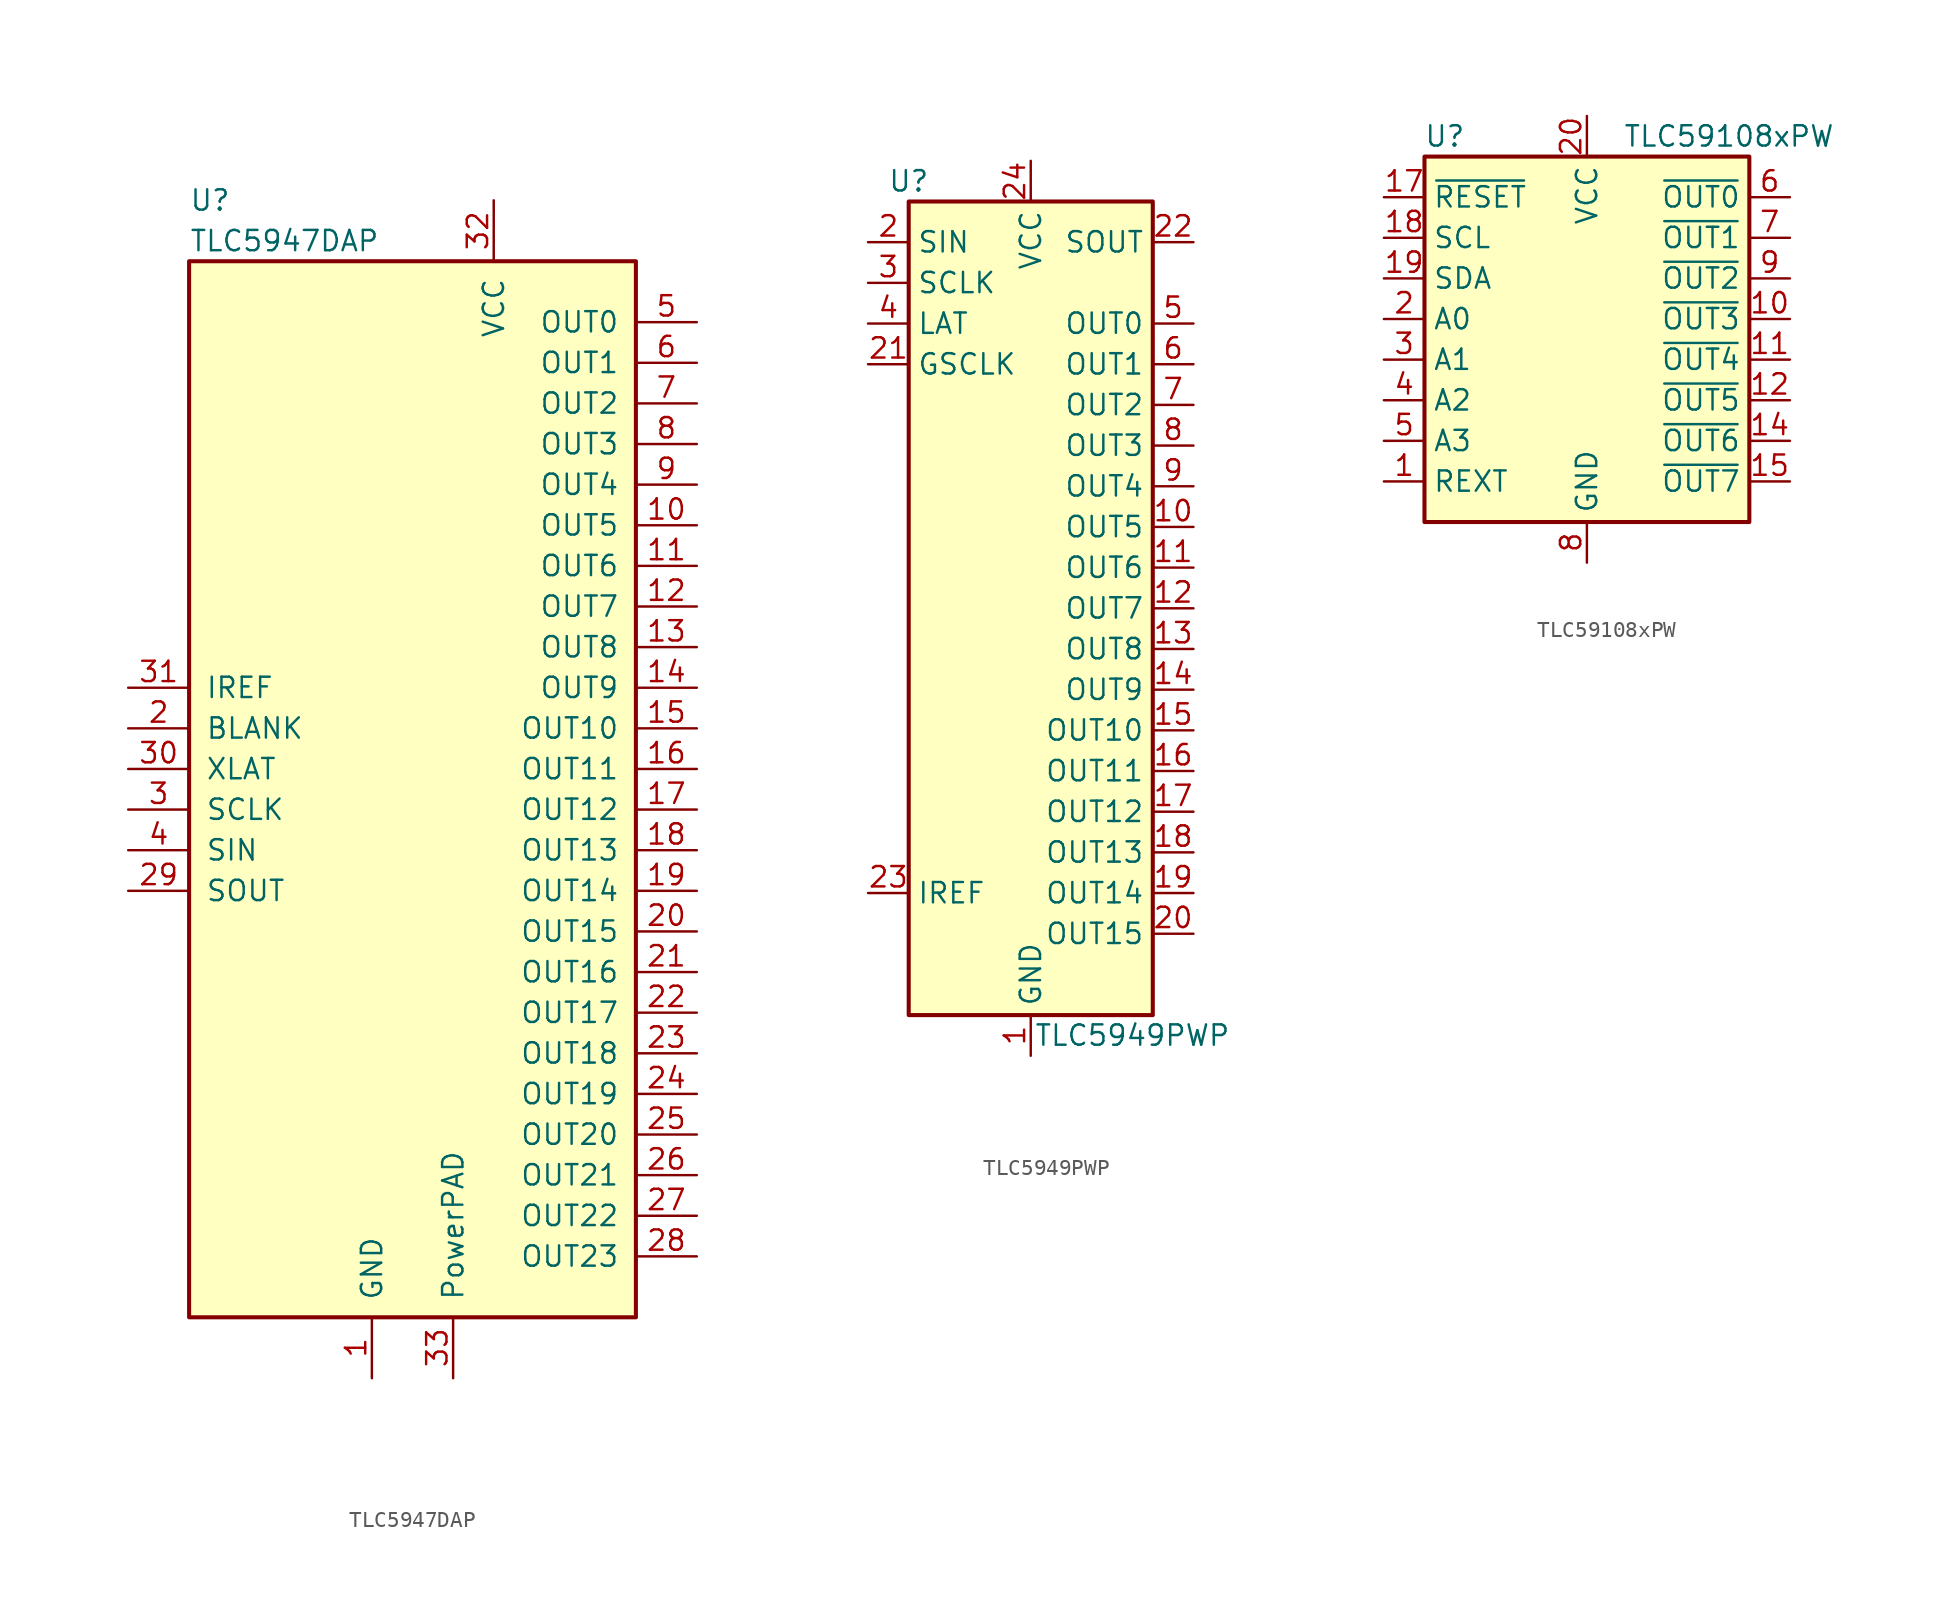
<source format=kicad_sym>
(kicad_symbol_lib
  (version 20211014)
  (generator kicad_symbol_editor)
  (symbol "TLC5947DAP"
    (pin_names
      (offset 1.016))
    (property "Reference" "U"
      (at -13.97 38.1 0)
      (effects (font (size 1.27 1.27)) (justify left)))
    (property "Value" "TLC5947DAP"
      (at -13.97 35.56 0)
      (effects (font (size 1.27 1.27)) (justify left)))
    (symbol "TLC5947DAP_0_1"
      (rectangle (start -13.97 34.29) (end 13.97 -31.75) (stroke (width 0.254) (type default) (color 0 0 0 0)) (fill (type background)))
      (pin power_in line (at -2.54 -35.56 90) (length 3.81) (name "GND" (effects (font (size 1.27 1.27)))) (number "1" (effects (font (size 1.27 1.27)))))
      (pin output line (at 17.78 17.78 180) (length 3.81) (name "OUT5" (effects (font (size 1.27 1.27)))) (number "10" (effects (font (size 1.27 1.27)))))
      (pin output line (at 17.78 15.24 180) (length 3.81) (name "OUT6" (effects (font (size 1.27 1.27)))) (number "11" (effects (font (size 1.27 1.27)))))
      (pin output line (at 17.78 12.7 180) (length 3.81) (name "OUT7" (effects (font (size 1.27 1.27)))) (number "12" (effects (font (size 1.27 1.27)))))
      (pin output line (at 17.78 10.16 180) (length 3.81) (name "OUT8" (effects (font (size 1.27 1.27)))) (number "13" (effects (font (size 1.27 1.27)))))
      (pin output line (at 17.78 7.62 180) (length 3.81) (name "OUT9" (effects (font (size 1.27 1.27)))) (number "14" (effects (font (size 1.27 1.27)))))
      (pin output line (at 17.78 5.08 180) (length 3.81) (name "OUT10" (effects (font (size 1.27 1.27)))) (number "15" (effects (font (size 1.27 1.27)))))
      (pin output line (at 17.78 2.54 180) (length 3.81) (name "OUT11" (effects (font (size 1.27 1.27)))) (number "16" (effects (font (size 1.27 1.27)))))
      (pin output line (at 17.78 0 180) (length 3.81) (name "OUT12" (effects (font (size 1.27 1.27)))) (number "17" (effects (font (size 1.27 1.27)))))
      (pin output line (at 17.78 -2.54 180) (length 3.81) (name "OUT13" (effects (font (size 1.27 1.27)))) (number "18" (effects (font (size 1.27 1.27)))))
      (pin output line (at 17.78 -5.08 180) (length 3.81) (name "OUT14" (effects (font (size 1.27 1.27)))) (number "19" (effects (font (size 1.27 1.27)))))
      (pin input line (at -17.78 5.08 0) (length 3.81) (name "BLANK" (effects (font (size 1.27 1.27)))) (number "2" (effects (font (size 1.27 1.27)))))
      (pin output line (at 17.78 -7.62 180) (length 3.81) (name "OUT15" (effects (font (size 1.27 1.27)))) (number "20" (effects (font (size 1.27 1.27)))))
      (pin output line (at 17.78 -10.16 180) (length 3.81) (name "OUT16" (effects (font (size 1.27 1.27)))) (number "21" (effects (font (size 1.27 1.27)))))
      (pin output line (at 17.78 -12.7 180) (length 3.81) (name "OUT17" (effects (font (size 1.27 1.27)))) (number "22" (effects (font (size 1.27 1.27)))))
      (pin output line (at 17.78 -15.24 180) (length 3.81) (name "OUT18" (effects (font (size 1.27 1.27)))) (number "23" (effects (font (size 1.27 1.27)))))
      (pin output line (at 17.78 -17.78 180) (length 3.81) (name "OUT19" (effects (font (size 1.27 1.27)))) (number "24" (effects (font (size 1.27 1.27)))))
      (pin output line (at 17.78 -20.32 180) (length 3.81) (name "OUT20" (effects (font (size 1.27 1.27)))) (number "25" (effects (font (size 1.27 1.27)))))
      (pin output line (at 17.78 -22.86 180) (length 3.81) (name "OUT21" (effects (font (size 1.27 1.27)))) (number "26" (effects (font (size 1.27 1.27)))))
      (pin output line (at 17.78 -25.4 180) (length 3.81) (name "OUT22" (effects (font (size 1.27 1.27)))) (number "27" (effects (font (size 1.27 1.27)))))
      (pin output line (at 17.78 -27.94 180) (length 3.81) (name "OUT23" (effects (font (size 1.27 1.27)))) (number "28" (effects (font (size 1.27 1.27)))))
      (pin output line (at -17.78 -5.08 0) (length 3.81) (name "SOUT" (effects (font (size 1.27 1.27)))) (number "29" (effects (font (size 1.27 1.27)))))
      (pin input line (at -17.78 0 0) (length 3.81) (name "SCLK" (effects (font (size 1.27 1.27)))) (number "3" (effects (font (size 1.27 1.27)))))
      (pin input line (at -17.78 2.54 0) (length 3.81) (name "XLAT" (effects (font (size 1.27 1.27)))) (number "30" (effects (font (size 1.27 1.27)))))
      (pin input line (at -17.78 7.62 0) (length 3.81) (name "IREF" (effects (font (size 1.27 1.27)))) (number "31" (effects (font (size 1.27 1.27)))))
      (pin power_in line (at 5.08 38.1 270) (length 3.81) (name "VCC" (effects (font (size 1.27 1.27)))) (number "32" (effects (font (size 1.27 1.27)))))
      (pin power_in line (at 2.54 -35.56 90) (length 3.81) (name "PowerPAD" (effects (font (size 1.27 1.27)))) (number "33" (effects (font (size 1.27 1.27)))))
      (pin input line (at -17.78 -2.54 0) (length 3.81) (name "SIN" (effects (font (size 1.27 1.27)))) (number "4" (effects (font (size 1.27 1.27)))))
      (pin output line (at 17.78 30.48 180) (length 3.81) (name "OUT0" (effects (font (size 1.27 1.27)))) (number "5" (effects (font (size 1.27 1.27)))))
      (pin output line (at 17.78 27.94 180) (length 3.81) (name "OUT1" (effects (font (size 1.27 1.27)))) (number "6" (effects (font (size 1.27 1.27)))))
      (pin output line (at 17.78 25.4 180) (length 3.81) (name "OUT2" (effects (font (size 1.27 1.27)))) (number "7" (effects (font (size 1.27 1.27)))))
      (pin output line (at 17.78 22.86 180) (length 3.81) (name "OUT3" (effects (font (size 1.27 1.27)))) (number "8" (effects (font (size 1.27 1.27)))))
      (pin output line (at 17.78 20.32 180) (length 3.81) (name "OUT4" (effects (font (size 1.27 1.27)))) (number "9" (effects (font (size 1.27 1.27)))))))
  (symbol "TLC5949PWP"
    (property "Reference" "U"
      (at -7.62 26.67 0)
      (effects (font (size 1.27 1.27))))
    (property "Value" "TLC5949PWP"
      (at 6.35 -26.67 0)
      (effects (font (size 1.27 1.27))))
    (symbol "TLC5949PWP_0_1"
      (rectangle (start -7.62 25.4) (end 7.62 -25.4) (stroke (width 0.254) (type default) (color 0 0 0 0)) (fill (type background))))
    (symbol "TLC5949PWP_1_1"
      (pin power_in line (at 0 -27.94 90) (length 2.54) (name "GND" (effects (font (size 1.27 1.27)))) (number "1" (effects (font (size 1.27 1.27)))))
      (pin open_collector line (at 10.16 5.08 180) (length 2.54) (name "OUT5" (effects (font (size 1.27 1.27)))) (number "10" (effects (font (size 1.27 1.27)))))
      (pin open_collector line (at 10.16 2.54 180) (length 2.54) (name "OUT6" (effects (font (size 1.27 1.27)))) (number "11" (effects (font (size 1.27 1.27)))))
      (pin open_collector line (at 10.16 0 180) (length 2.54) (name "OUT7" (effects (font (size 1.27 1.27)))) (number "12" (effects (font (size 1.27 1.27)))))
      (pin open_collector line (at 10.16 -2.54 180) (length 2.54) (name "OUT8" (effects (font (size 1.27 1.27)))) (number "13" (effects (font (size 1.27 1.27)))))
      (pin open_collector line (at 10.16 -5.08 180) (length 2.54) (name "OUT9" (effects (font (size 1.27 1.27)))) (number "14" (effects (font (size 1.27 1.27)))))
      (pin open_collector line (at 10.16 -7.62 180) (length 2.54) (name "OUT10" (effects (font (size 1.27 1.27)))) (number "15" (effects (font (size 1.27 1.27)))))
      (pin open_collector line (at 10.16 -10.16 180) (length 2.54) (name "OUT11" (effects (font (size 1.27 1.27)))) (number "16" (effects (font (size 1.27 1.27)))))
      (pin open_collector line (at 10.16 -12.7 180) (length 2.54) (name "OUT12" (effects (font (size 1.27 1.27)))) (number "17" (effects (font (size 1.27 1.27)))))
      (pin open_collector line (at 10.16 -15.24 180) (length 2.54) (name "OUT13" (effects (font (size 1.27 1.27)))) (number "18" (effects (font (size 1.27 1.27)))))
      (pin open_collector line (at 10.16 -17.78 180) (length 2.54) (name "OUT14" (effects (font (size 1.27 1.27)))) (number "19" (effects (font (size 1.27 1.27)))))
      (pin input line (at -10.16 22.86 0) (length 2.54) (name "SIN" (effects (font (size 1.27 1.27)))) (number "2" (effects (font (size 1.27 1.27)))))
      (pin open_collector line (at 10.16 -20.32 180) (length 2.54) (name "OUT15" (effects (font (size 1.27 1.27)))) (number "20" (effects (font (size 1.27 1.27)))))
      (pin input line (at -10.16 15.24 0) (length 2.54) (name "GSCLK" (effects (font (size 1.27 1.27)))) (number "21" (effects (font (size 1.27 1.27)))))
      (pin output line (at 10.16 22.86 180) (length 2.54) (name "SOUT" (effects (font (size 1.27 1.27)))) (number "22" (effects (font (size 1.27 1.27)))))
      (pin input line (at -10.16 -17.78 0) (length 2.54) (name "IREF" (effects (font (size 1.27 1.27)))) (number "23" (effects (font (size 1.27 1.27)))))
      (pin power_in line (at 0 27.94 270) (length 2.54) (name "VCC" (effects (font (size 1.27 1.27)))) (number "24" (effects (font (size 1.27 1.27)))))
      (pin passive line (at 0 -27.94 90) (length 2.54) hide (name "GND" (effects (font (size 1.27 1.27)))) (number "25" (effects (font (size 1.27 1.27)))))
      (pin input line (at -10.16 20.32 0) (length 2.54) (name "SCLK" (effects (font (size 1.27 1.27)))) (number "3" (effects (font (size 1.27 1.27)))))
      (pin input line (at -10.16 17.78 0) (length 2.54) (name "LAT" (effects (font (size 1.27 1.27)))) (number "4" (effects (font (size 1.27 1.27)))))
      (pin open_collector line (at 10.16 17.78 180) (length 2.54) (name "OUT0" (effects (font (size 1.27 1.27)))) (number "5" (effects (font (size 1.27 1.27)))))
      (pin open_collector line (at 10.16 15.24 180) (length 2.54) (name "OUT1" (effects (font (size 1.27 1.27)))) (number "6" (effects (font (size 1.27 1.27)))))
      (pin open_collector line (at 10.16 12.7 180) (length 2.54) (name "OUT2" (effects (font (size 1.27 1.27)))) (number "7" (effects (font (size 1.27 1.27)))))
      (pin open_collector line (at 10.16 10.16 180) (length 2.54) (name "OUT3" (effects (font (size 1.27 1.27)))) (number "8" (effects (font (size 1.27 1.27)))))
      (pin open_collector line (at 10.16 7.62 180) (length 2.54) (name "OUT4" (effects (font (size 1.27 1.27)))) (number "9" (effects (font (size 1.27 1.27)))))))
  (symbol "TLC59108xPW"
    (property "Reference" "U"
      (at -8.89 13.97 0)
      (effects (font (size 1.27 1.27))))
    (property "Value" "TLC59108xPW"
      (at 8.89 13.97 0)
      (effects (font (size 1.27 1.27))))
    (symbol "TLC59108xPW_0_1"
      (rectangle (start -10.16 12.7) (end 10.16 -10.16) (stroke (width 0.254) (type default) (color 0 0 0 0)) (fill (type background))))
    (symbol "TLC59108xPW_1_1"
      (pin passive line (at -12.7 -7.62 0) (length 2.54) (name "REXT" (effects (font (size 1.27 1.27)))) (number "1" (effects (font (size 1.27 1.27)))))
      (pin open_collector line (at 12.7 2.54 180) (length 2.54) (name "~{OUT3}" (effects (font (size 1.27 1.27)))) (number "10" (effects (font (size 1.27 1.27)))))
      (pin open_collector line (at 12.7 0 180) (length 2.54) (name "~{OUT4}" (effects (font (size 1.27 1.27)))) (number "11" (effects (font (size 1.27 1.27)))))
      (pin open_collector line (at 12.7 -2.54 180) (length 2.54) (name "~{OUT5}" (effects (font (size 1.27 1.27)))) (number "12" (effects (font (size 1.27 1.27)))))
      (pin passive line (at 0 -12.7 90) (length 2.54) hide (name "GND" (effects (font (size 1.27 1.27)))) (number "13" (effects (font (size 1.27 1.27)))))
      (pin open_collector line (at 12.7 -5.08 180) (length 2.54) (name "~{OUT6}" (effects (font (size 1.27 1.27)))) (number "14" (effects (font (size 1.27 1.27)))))
      (pin open_collector line (at 12.7 -7.62 180) (length 2.54) (name "~{OUT7}" (effects (font (size 1.27 1.27)))) (number "15" (effects (font (size 1.27 1.27)))))
      (pin passive line (at 0 -12.7 90) (length 2.54) hide (name "GND" (effects (font (size 1.27 1.27)))) (number "16" (effects (font (size 1.27 1.27)))))
      (pin input line (at -12.7 10.16 0) (length 2.54) (name "~{RESET}" (effects (font (size 1.27 1.27)))) (number "17" (effects (font (size 1.27 1.27)))))
      (pin input line (at -12.7 7.62 0) (length 2.54) (name "SCL" (effects (font (size 1.27 1.27)))) (number "18" (effects (font (size 1.27 1.27)))))
      (pin bidirectional line (at -12.7 5.08 0) (length 2.54) (name "SDA" (effects (font (size 1.27 1.27)))) (number "19" (effects (font (size 1.27 1.27)))))
      (pin input line (at -12.7 2.54 0) (length 2.54) (name "A0" (effects (font (size 1.27 1.27)))) (number "2" (effects (font (size 1.27 1.27)))))
      (pin power_in line (at 0 15.24 270) (length 2.54) (name "VCC" (effects (font (size 1.27 1.27)))) (number "20" (effects (font (size 1.27 1.27)))))
      (pin input line (at -12.7 0 0) (length 2.54) (name "A1" (effects (font (size 1.27 1.27)))) (number "3" (effects (font (size 1.27 1.27)))))
      (pin input line (at -12.7 -2.54 0) (length 2.54) (name "A2" (effects (font (size 1.27 1.27)))) (number "4" (effects (font (size 1.27 1.27)))))
      (pin input line (at -12.7 -5.08 0) (length 2.54) (name "A3" (effects (font (size 1.27 1.27)))) (number "5" (effects (font (size 1.27 1.27)))))
      (pin open_collector line (at 12.7 10.16 180) (length 2.54) (name "~{OUT0}" (effects (font (size 1.27 1.27)))) (number "6" (effects (font (size 1.27 1.27)))))
      (pin open_collector line (at 12.7 7.62 180) (length 2.54) (name "~{OUT1}" (effects (font (size 1.27 1.27)))) (number "7" (effects (font (size 1.27 1.27)))))
      (pin power_in line (at 0 -12.7 90) (length 2.54) (name "GND" (effects (font (size 1.27 1.27)))) (number "8" (effects (font (size 1.27 1.27)))))
      (pin open_collector line (at 12.7 5.08 180) (length 2.54) (name "~{OUT2}" (effects (font (size 1.27 1.27)))) (number "9" (effects (font (size 1.27 1.27))))))))
</source>
